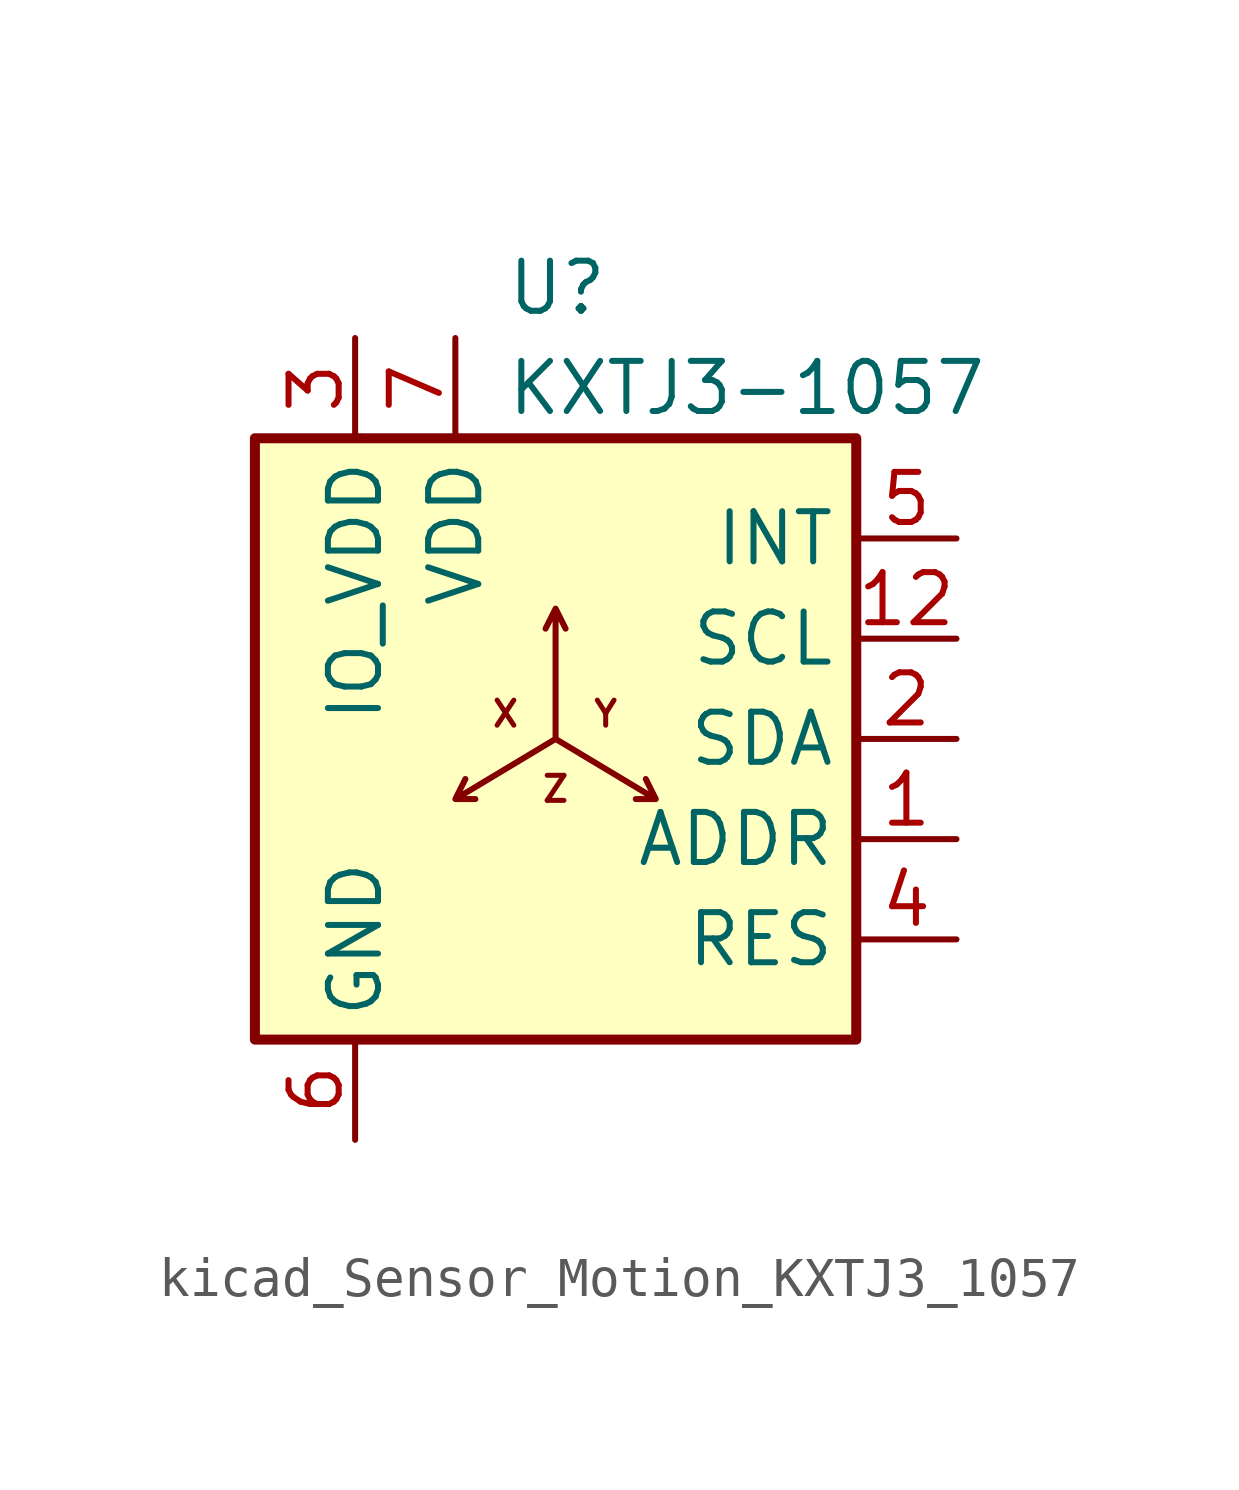
<source format=kicad_sym>
(kicad_symbol_lib
  (version 20220914)
  (generator kicad_symbol_editor)
  (symbol "kicad_Sensor_Motion_KXTJ3_1057"
    (property "Reference" "U"
      (at -1.27 11.43 0)
      (effects (font (size 1.27 1.27)) (justify left)))
    (property "Value" "KXTJ3-1057"
      (at -1.27 8.89 0)
      (effects (font (size 1.27 1.27)) (justify left)))
    (symbol "kicad_Sensor_Motion_KXTJ3_1057_0_0"
      (text "X" (at -1.27 0.635 0) (effects (font (size 0.635 0.635) bold)))
      (text "Y" (at 1.27 0.635 0) (effects (font (size 0.635 0.635) bold)))
      (text "Z" (at 0 -1.27 0) (effects (font (size 0.635 0.635) bold))))
    (symbol "kicad_Sensor_Motion_KXTJ3_1057_0_1"
      (rectangle (start -7.62 7.62) (end 7.62 -7.62) (stroke (width 0.254) (type default)) (fill (type background)))
      (polyline (pts (xy 0 0) (xy 0 3.302) (xy 0.254 2.794) (xy 0 3.302) (xy -0.254 2.794) (xy 0 3.302) (xy 0 0) (xy 2.54 -1.524) (xy 2.286 -1.016) (xy 2.54 -1.524) (xy 2.032 -1.524) (xy 2.54 -1.524) (xy 0 0) (xy -2.54 -1.524) (xy -2.286 -1.016) (xy -2.54 -1.524) (xy -2.032 -1.524)) (stroke (width 0) (type default)) (fill (type none))))
    (symbol "kicad_Sensor_Motion_KXTJ3_1057_1_1"
      (pin input line (at 10.16 -2.54 180) (length 2.54) (name "ADDR" (effects (font (size 1.27 1.27)))) (number "1" (effects (font (size 1.27 1.27)))))
      (pin passive line (at -2.54 10.16 270) (length 2.54) hide (name "VDD" (effects (font (size 1.27 1.27)))) (number "10" (effects (font (size 1.27 1.27)))))
      (pin passive line (at -5.08 10.16 270) (length 2.54) hide (name "IO_VDD" (effects (font (size 1.27 1.27)))) (number "11" (effects (font (size 1.27 1.27)))))
      (pin input line (at 10.16 2.54 180) (length 2.54) (name "SCL" (effects (font (size 1.27 1.27)))) (number "12" (effects (font (size 1.27 1.27)))))
      (pin bidirectional line (at 10.16 0 180) (length 2.54) (name "SDA" (effects (font (size 1.27 1.27)))) (number "2" (effects (font (size 1.27 1.27)))))
      (pin power_in line (at -5.08 10.16 270) (length 2.54) (name "IO_VDD" (effects (font (size 1.27 1.27)))) (number "3" (effects (font (size 1.27 1.27)))))
      (pin passive line (at 10.16 -5.08 180) (length 2.54) (name "RES" (effects (font (size 1.27 1.27)))) (number "4" (effects (font (size 1.27 1.27)))))
      (pin output line (at 10.16 5.08 180) (length 2.54) (name "INT" (effects (font (size 1.27 1.27)))) (number "5" (effects (font (size 1.27 1.27)))))
      (pin power_in line (at -5.08 -10.16 90) (length 2.54) (name "GND" (effects (font (size 1.27 1.27)))) (number "6" (effects (font (size 1.27 1.27)))))
      (pin power_in line (at -2.54 10.16 270) (length 2.54) (name "VDD" (effects (font (size 1.27 1.27)))) (number "7" (effects (font (size 1.27 1.27)))))
      (pin passive line (at -5.08 -10.16 90) (length 2.54) hide (name "GND" (effects (font (size 1.27 1.27)))) (number "8" (effects (font (size 1.27 1.27)))))
      (pin passive line (at -5.08 -10.16 90) (length 2.54) hide (name "GND" (effects (font (size 1.27 1.27)))) (number "9" (effects (font (size 1.27 1.27))))))))
</source>
